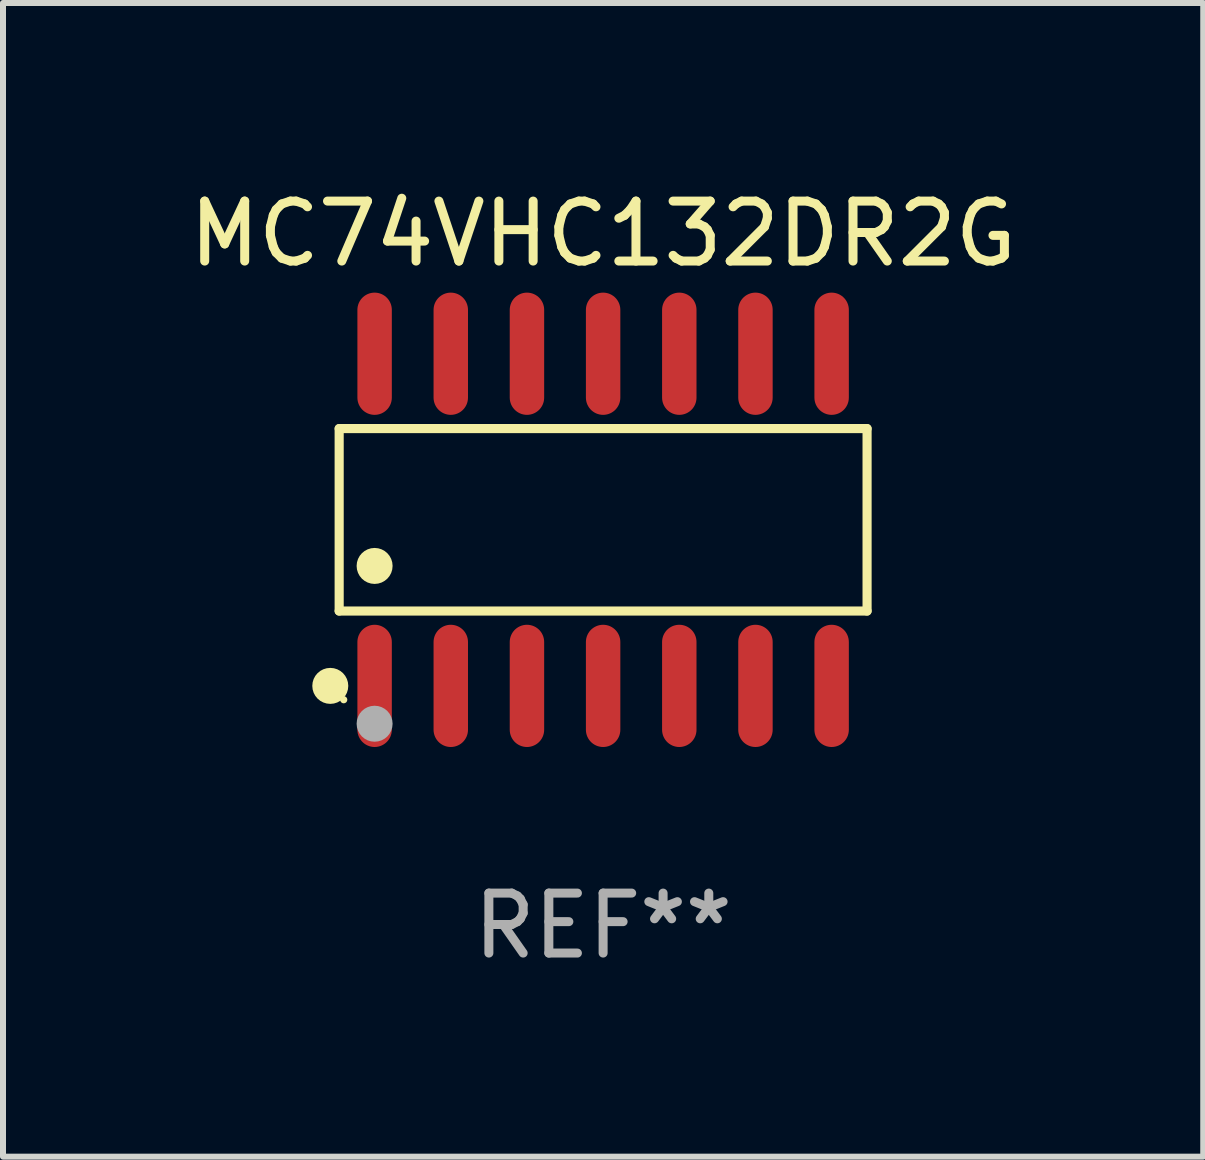
<source format=kicad_pcb>
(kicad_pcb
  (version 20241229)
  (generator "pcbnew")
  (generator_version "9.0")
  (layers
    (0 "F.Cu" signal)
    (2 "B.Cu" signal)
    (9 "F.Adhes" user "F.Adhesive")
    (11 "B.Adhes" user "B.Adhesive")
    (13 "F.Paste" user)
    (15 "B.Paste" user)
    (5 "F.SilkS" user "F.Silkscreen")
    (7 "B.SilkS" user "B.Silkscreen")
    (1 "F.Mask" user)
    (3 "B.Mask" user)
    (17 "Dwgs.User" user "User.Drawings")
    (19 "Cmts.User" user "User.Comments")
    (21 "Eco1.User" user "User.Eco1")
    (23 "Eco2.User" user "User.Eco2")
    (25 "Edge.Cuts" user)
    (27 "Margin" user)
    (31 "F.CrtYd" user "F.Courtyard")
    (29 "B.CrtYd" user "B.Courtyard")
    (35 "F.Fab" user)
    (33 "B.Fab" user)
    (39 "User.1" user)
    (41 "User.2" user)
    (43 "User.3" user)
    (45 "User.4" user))
  (footprint "MC74VHC132DR2G"
    (layer "F.Cu")
    (at 7.006 5.617)
    (property "Reference" "MC74VHC132DR2G" (at 0 -4.769 0) (layer "F.SilkS") (effects (font (size 1 1) (thickness 0.15))))
    (attr through_hole)
    (fp_line (start -4.401 -1.521) (end 4.401 -1.521) (stroke (width 0.152) (type solid)) (layer "F.SilkS"))
    (fp_line (start -4.401 1.521) (end -4.401 -1.521) (stroke (width 0.152) (type solid)) (layer "F.SilkS"))
    (fp_line (start 4.401 -1.521) (end 4.401 1.521) (stroke (width 0.152) (type solid)) (layer "F.SilkS"))
    (fp_line (start 4.401 1.521) (end -4.401 1.521) (stroke (width 0.152) (type solid)) (layer "F.SilkS"))
    (fp_circle (center -4.549 2.769) (end -4.399 2.769) (stroke (width 0.3) (type solid)) (fill no) (layer "F.SilkS"))
    (fp_circle (center -4.325 3) (end -4.295 3) (stroke (width 0.06) (type solid)) (fill no) (layer "F.SilkS"))
    (fp_circle (center -3.81 0.769) (end -3.66 0.769) (stroke (width 0.3) (type solid)) (fill no) (layer "F.SilkS"))
    (fp_circle (center -3.81 3.4) (end -3.66 3.4) (stroke (width 0.3) (type solid)) (fill no) (layer "F.Fab"))
    (fp_text user "REF**" (at 0 6.769 0) (layer "F.Fab") (effects (font (size 1 1) (thickness 0.15))))
    (pad "1" smd oval (at -3.81 2.769) (size 0.574 2.038) (layers "F.Cu" "F.Mask" "F.Paste"))
    (pad "2" smd oval (at -2.54 2.769) (size 0.574 2.038) (layers "F.Cu" "F.Mask" "F.Paste"))
    (pad "3" smd oval (at -1.27 2.769) (size 0.574 2.038) (layers "F.Cu" "F.Mask" "F.Paste"))
    (pad "4" smd oval (at 0 2.769) (size 0.574 2.038) (layers "F.Cu" "F.Mask" "F.Paste"))
    (pad "5" smd oval (at 1.27 2.769) (size 0.574 2.038) (layers "F.Cu" "F.Mask" "F.Paste"))
    (pad "6" smd oval (at 2.54 2.769) (size 0.574 2.038) (layers "F.Cu" "F.Mask" "F.Paste"))
    (pad "7" smd oval (at 3.81 2.769) (size 0.574 2.038) (layers "F.Cu" "F.Mask" "F.Paste"))
    (pad "8" smd oval (at 3.81 -2.769) (size 0.574 2.038) (layers "F.Cu" "F.Mask" "F.Paste"))
    (pad "9" smd oval (at 2.54 -2.769) (size 0.574 2.038) (layers "F.Cu" "F.Mask" "F.Paste"))
    (pad "10" smd oval (at 1.27 -2.769) (size 0.574 2.038) (layers "F.Cu" "F.Mask" "F.Paste"))
    (pad "11" smd oval (at 0 -2.769) (size 0.574 2.038) (layers "F.Cu" "F.Mask" "F.Paste"))
    (pad "12" smd oval (at -1.27 -2.769) (size 0.574 2.038) (layers "F.Cu" "F.Mask" "F.Paste"))
    (pad "13" smd oval (at -2.54 -2.769) (size 0.574 2.038) (layers "F.Cu" "F.Mask" "F.Paste"))
    (pad "14" smd oval (at -3.81 -2.769) (size 0.574 2.038) (layers "F.Cu" "F.Mask" "F.Paste")))
  (gr_rect
    (start -3 -3)
    (end 17.012 16.235)
    (stroke (width 0.1) (type default))
    (fill no)
    (layer "Edge.Cuts")))
</source>
